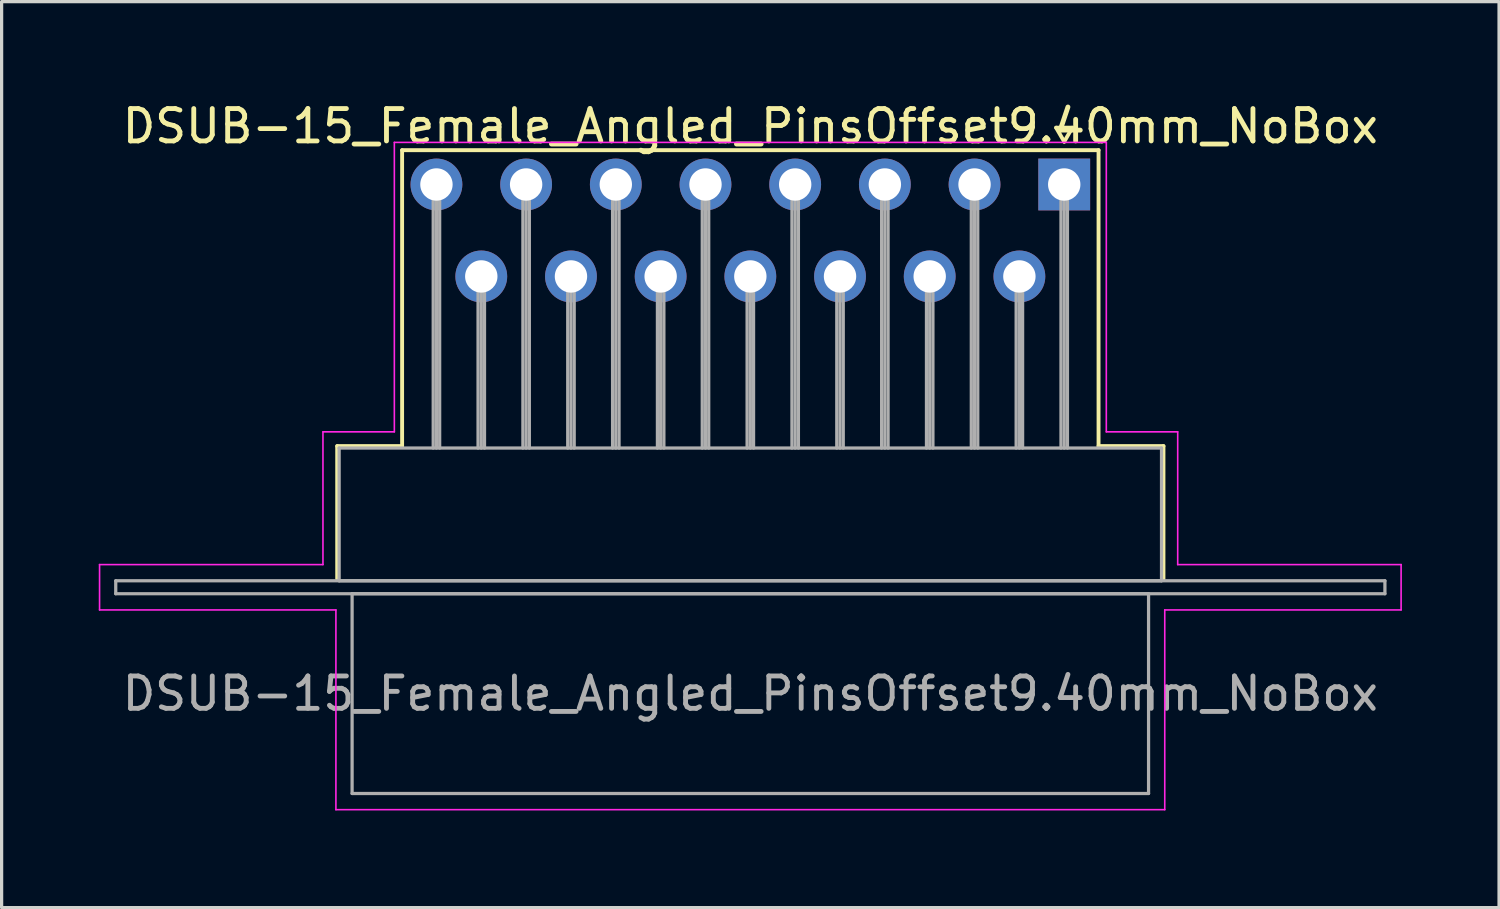
<source format=kicad_pcb>
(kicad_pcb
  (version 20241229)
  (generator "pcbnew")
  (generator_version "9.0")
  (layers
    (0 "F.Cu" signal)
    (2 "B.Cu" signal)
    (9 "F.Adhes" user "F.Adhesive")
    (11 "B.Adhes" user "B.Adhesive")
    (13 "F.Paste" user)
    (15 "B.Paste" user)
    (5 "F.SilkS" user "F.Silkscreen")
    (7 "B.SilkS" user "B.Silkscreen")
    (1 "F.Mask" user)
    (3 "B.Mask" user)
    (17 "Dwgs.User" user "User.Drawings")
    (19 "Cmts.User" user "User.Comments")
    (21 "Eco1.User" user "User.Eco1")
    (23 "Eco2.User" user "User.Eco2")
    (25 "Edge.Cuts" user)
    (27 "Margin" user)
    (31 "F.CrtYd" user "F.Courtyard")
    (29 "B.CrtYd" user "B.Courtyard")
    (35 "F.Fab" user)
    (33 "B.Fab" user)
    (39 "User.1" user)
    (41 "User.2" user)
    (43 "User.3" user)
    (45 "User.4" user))
  (footprint "DSUB-15_Female_Angled_PinsOffset9.40mm_NoBox"
    (layer "F.Cu")
    (at 29.82 2.648)
    (property "Reference" "DSUB-15_Female_Angled_PinsOffset9.40mm_NoBox" (at -9.695 -1.8 0) (layer "F.SilkS") (effects (font (size 1 1) (thickness 0.15))))
    (attr through_hole)
    (fp_line (start -22.455 8.08) (end -20.45 8.08) (stroke (width 0.12) (type solid)) (layer "F.SilkS"))
    (fp_line (start -22.455 12.18) (end -22.455 8.08) (stroke (width 0.12) (type solid)) (layer "F.SilkS"))
    (fp_line (start -20.45 -1.06) (end 1.06 -1.06) (stroke (width 0.12) (type solid)) (layer "F.SilkS"))
    (fp_line (start -20.45 8.08) (end -20.45 -1.06) (stroke (width 0.12) (type solid)) (layer "F.SilkS"))
    (fp_line (start -0.25 -1.754) (end 0.25 -1.754) (stroke (width 0.12) (type solid)) (layer "F.SilkS"))
    (fp_line (start 0 -1.321) (end -0.25 -1.754) (stroke (width 0.12) (type solid)) (layer "F.SilkS"))
    (fp_line (start 0.25 -1.754) (end 0 -1.321) (stroke (width 0.12) (type solid)) (layer "F.SilkS"))
    (fp_line (start 1.06 -1.06) (end 1.06 8.08) (stroke (width 0.12) (type solid)) (layer "F.SilkS"))
    (fp_line (start 1.06 8.08) (end 3.065 8.08) (stroke (width 0.12) (type solid)) (layer "F.SilkS"))
    (fp_line (start 3.065 8.08) (end 3.065 12.18) (stroke (width 0.12) (type solid)) (layer "F.SilkS"))
    (fp_line (start -29.795 11.74) (end -22.895 11.74) (stroke (width 0.05) (type solid)) (layer "F.CrtYd"))
    (fp_line (start -29.795 13.14) (end -29.795 11.74) (stroke (width 0.05) (type solid)) (layer "F.CrtYd"))
    (fp_line (start -22.895 7.64) (end -20.69 7.64) (stroke (width 0.05) (type solid)) (layer "F.CrtYd"))
    (fp_line (start -22.895 11.74) (end -22.895 7.64) (stroke (width 0.05) (type solid)) (layer "F.CrtYd"))
    (fp_line (start -22.495 13.14) (end -29.795 13.14) (stroke (width 0.05) (type solid)) (layer "F.CrtYd"))
    (fp_line (start -22.495 19.31) (end -22.495 13.14) (stroke (width 0.05) (type solid)) (layer "F.CrtYd"))
    (fp_line (start -20.69 -1.3) (end 1.3 -1.3) (stroke (width 0.05) (type solid)) (layer "F.CrtYd"))
    (fp_line (start -20.69 7.64) (end -20.69 -1.3) (stroke (width 0.05) (type solid)) (layer "F.CrtYd"))
    (fp_line (start 1.3 -1.3) (end 1.3 7.64) (stroke (width 0.05) (type solid)) (layer "F.CrtYd"))
    (fp_line (start 1.3 7.64) (end 3.505 7.64) (stroke (width 0.05) (type solid)) (layer "F.CrtYd"))
    (fp_line (start 3.105 13.14) (end 3.105 19.31) (stroke (width 0.05) (type solid)) (layer "F.CrtYd"))
    (fp_line (start 3.105 19.31) (end -22.495 19.31) (stroke (width 0.05) (type solid)) (layer "F.CrtYd"))
    (fp_line (start 3.505 7.64) (end 3.505 11.74) (stroke (width 0.05) (type solid)) (layer "F.CrtYd"))
    (fp_line (start 3.505 11.74) (end 10.405 11.74) (stroke (width 0.05) (type solid)) (layer "F.CrtYd"))
    (fp_line (start 10.405 11.74) (end 10.405 13.14) (stroke (width 0.05) (type solid)) (layer "F.CrtYd"))
    (fp_line (start 10.405 13.14) (end 3.105 13.14) (stroke (width 0.05) (type solid)) (layer "F.CrtYd"))
    (fp_line (start -29.295 12.24) (end -29.295 12.64) (stroke (width 0.1) (type solid)) (layer "F.Fab"))
    (fp_line (start -29.295 12.64) (end 9.905 12.64) (stroke (width 0.1) (type solid)) (layer "F.Fab"))
    (fp_line (start -22.395 8.14) (end -22.395 12.24) (stroke (width 0.1) (type solid)) (layer "F.Fab"))
    (fp_line (start -22.395 12.24) (end 3.005 12.24) (stroke (width 0.1) (type solid)) (layer "F.Fab"))
    (fp_line (start -21.995 12.64) (end -21.995 18.81) (stroke (width 0.1) (type solid)) (layer "F.Fab"))
    (fp_line (start -21.995 18.81) (end 2.605 18.81) (stroke (width 0.1) (type solid)) (layer "F.Fab"))
    (fp_line (start -19.49 0) (end -19.49 8.14) (stroke (width 0.1) (type solid)) (layer "F.Fab"))
    (fp_line (start -19.39 0) (end -19.39 8.14) (stroke (width 0.1) (type solid)) (layer "F.Fab"))
    (fp_line (start -19.29 0) (end -19.29 8.14) (stroke (width 0.1) (type solid)) (layer "F.Fab"))
    (fp_line (start -18.105 2.84) (end -18.105 8.14) (stroke (width 0.1) (type solid)) (layer "F.Fab"))
    (fp_line (start -18.005 2.84) (end -18.005 8.14) (stroke (width 0.1) (type solid)) (layer "F.Fab"))
    (fp_line (start -17.905 2.84) (end -17.905 8.14) (stroke (width 0.1) (type solid)) (layer "F.Fab"))
    (fp_line (start -16.72 0) (end -16.72 8.14) (stroke (width 0.1) (type solid)) (layer "F.Fab"))
    (fp_line (start -16.62 0) (end -16.62 8.14) (stroke (width 0.1) (type solid)) (layer "F.Fab"))
    (fp_line (start -16.52 0) (end -16.52 8.14) (stroke (width 0.1) (type solid)) (layer "F.Fab"))
    (fp_line (start -15.335 2.84) (end -15.335 8.14) (stroke (width 0.1) (type solid)) (layer "F.Fab"))
    (fp_line (start -15.235 2.84) (end -15.235 8.14) (stroke (width 0.1) (type solid)) (layer "F.Fab"))
    (fp_line (start -15.135 2.84) (end -15.135 8.14) (stroke (width 0.1) (type solid)) (layer "F.Fab"))
    (fp_line (start -13.95 0) (end -13.95 8.14) (stroke (width 0.1) (type solid)) (layer "F.Fab"))
    (fp_line (start -13.85 0) (end -13.85 8.14) (stroke (width 0.1) (type solid)) (layer "F.Fab"))
    (fp_line (start -13.75 0) (end -13.75 8.14) (stroke (width 0.1) (type solid)) (layer "F.Fab"))
    (fp_line (start -12.565 2.84) (end -12.565 8.14) (stroke (width 0.1) (type solid)) (layer "F.Fab"))
    (fp_line (start -12.465 2.84) (end -12.465 8.14) (stroke (width 0.1) (type solid)) (layer "F.Fab"))
    (fp_line (start -12.365 2.84) (end -12.365 8.14) (stroke (width 0.1) (type solid)) (layer "F.Fab"))
    (fp_line (start -11.18 0) (end -11.18 8.14) (stroke (width 0.1) (type solid)) (layer "F.Fab"))
    (fp_line (start -11.08 0) (end -11.08 8.14) (stroke (width 0.1) (type solid)) (layer "F.Fab"))
    (fp_line (start -10.98 0) (end -10.98 8.14) (stroke (width 0.1) (type solid)) (layer "F.Fab"))
    (fp_line (start -9.795 2.84) (end -9.795 8.14) (stroke (width 0.1) (type solid)) (layer "F.Fab"))
    (fp_line (start -9.695 2.84) (end -9.695 8.14) (stroke (width 0.1) (type solid)) (layer "F.Fab"))
    (fp_line (start -9.595 2.84) (end -9.595 8.14) (stroke (width 0.1) (type solid)) (layer "F.Fab"))
    (fp_line (start -8.41 0) (end -8.41 8.14) (stroke (width 0.1) (type solid)) (layer "F.Fab"))
    (fp_line (start -8.31 0) (end -8.31 8.14) (stroke (width 0.1) (type solid)) (layer "F.Fab"))
    (fp_line (start -8.21 0) (end -8.21 8.14) (stroke (width 0.1) (type solid)) (layer "F.Fab"))
    (fp_line (start -7.025 2.84) (end -7.025 8.14) (stroke (width 0.1) (type solid)) (layer "F.Fab"))
    (fp_line (start -6.925 2.84) (end -6.925 8.14) (stroke (width 0.1) (type solid)) (layer "F.Fab"))
    (fp_line (start -6.825 2.84) (end -6.825 8.14) (stroke (width 0.1) (type solid)) (layer "F.Fab"))
    (fp_line (start -5.64 0) (end -5.64 8.14) (stroke (width 0.1) (type solid)) (layer "F.Fab"))
    (fp_line (start -5.54 0) (end -5.54 8.14) (stroke (width 0.1) (type solid)) (layer "F.Fab"))
    (fp_line (start -5.44 0) (end -5.44 8.14) (stroke (width 0.1) (type solid)) (layer "F.Fab"))
    (fp_line (start -4.255 2.84) (end -4.255 8.14) (stroke (width 0.1) (type solid)) (layer "F.Fab"))
    (fp_line (start -4.155 2.84) (end -4.155 8.14) (stroke (width 0.1) (type solid)) (layer "F.Fab"))
    (fp_line (start -4.055 2.84) (end -4.055 8.14) (stroke (width 0.1) (type solid)) (layer "F.Fab"))
    (fp_line (start -2.87 0) (end -2.87 8.14) (stroke (width 0.1) (type solid)) (layer "F.Fab"))
    (fp_line (start -2.77 0) (end -2.77 8.14) (stroke (width 0.1) (type solid)) (layer "F.Fab"))
    (fp_line (start -2.67 0) (end -2.67 8.14) (stroke (width 0.1) (type solid)) (layer "F.Fab"))
    (fp_line (start -1.485 2.84) (end -1.485 8.14) (stroke (width 0.1) (type solid)) (layer "F.Fab"))
    (fp_line (start -1.385 2.84) (end -1.385 8.14) (stroke (width 0.1) (type solid)) (layer "F.Fab"))
    (fp_line (start -1.285 2.84) (end -1.285 8.14) (stroke (width 0.1) (type solid)) (layer "F.Fab"))
    (fp_line (start -0.1 0) (end -0.1 8.14) (stroke (width 0.1) (type solid)) (layer "F.Fab"))
    (fp_line (start 0 0) (end 0 8.14) (stroke (width 0.1) (type solid)) (layer "F.Fab"))
    (fp_line (start 0.1 0) (end 0.1 8.14) (stroke (width 0.1) (type solid)) (layer "F.Fab"))
    (fp_line (start 2.605 12.64) (end -21.995 12.64) (stroke (width 0.1) (type solid)) (layer "F.Fab"))
    (fp_line (start 2.605 18.81) (end 2.605 12.64) (stroke (width 0.1) (type solid)) (layer "F.Fab"))
    (fp_line (start 3.005 8.14) (end -22.395 8.14) (stroke (width 0.1) (type solid)) (layer "F.Fab"))
    (fp_line (start 3.005 12.24) (end 3.005 8.14) (stroke (width 0.1) (type solid)) (layer "F.Fab"))
    (fp_line (start 9.905 12.24) (end -29.295 12.24) (stroke (width 0.1) (type solid)) (layer "F.Fab"))
    (fp_line (start 9.905 12.64) (end 9.905 12.24) (stroke (width 0.1) (type solid)) (layer "F.Fab"))
    (fp_text user "${REFERENCE}" (at -9.695 15.725 0) (layer "F.Fab") (effects (font (size 1 1) (thickness 0.15))))
    (pad "1" thru_hole rect (at 0 0) (size 1.6 1.6) (drill 1) (layers "*.Cu" "*.Mask"))
    (pad "2" thru_hole circle (at -2.77 0) (size 1.6 1.6) (drill 1) (layers "*.Cu" "*.Mask"))
    (pad "3" thru_hole circle (at -5.54 0) (size 1.6 1.6) (drill 1) (layers "*.Cu" "*.Mask"))
    (pad "4" thru_hole circle (at -8.31 0) (size 1.6 1.6) (drill 1) (layers "*.Cu" "*.Mask"))
    (pad "5" thru_hole circle (at -11.08 0) (size 1.6 1.6) (drill 1) (layers "*.Cu" "*.Mask"))
    (pad "6" thru_hole circle (at -13.85 0) (size 1.6 1.6) (drill 1) (layers "*.Cu" "*.Mask"))
    (pad "7" thru_hole circle (at -16.62 0) (size 1.6 1.6) (drill 1) (layers "*.Cu" "*.Mask"))
    (pad "8" thru_hole circle (at -19.39 0) (size 1.6 1.6) (drill 1) (layers "*.Cu" "*.Mask"))
    (pad "9" thru_hole circle (at -1.385 2.84) (size 1.6 1.6) (drill 1) (layers "*.Cu" "*.Mask"))
    (pad "10" thru_hole circle (at -4.155 2.84) (size 1.6 1.6) (drill 1) (layers "*.Cu" "*.Mask"))
    (pad "11" thru_hole circle (at -6.925 2.84) (size 1.6 1.6) (drill 1) (layers "*.Cu" "*.Mask"))
    (pad "12" thru_hole circle (at -9.695 2.84) (size 1.6 1.6) (drill 1) (layers "*.Cu" "*.Mask"))
    (pad "13" thru_hole circle (at -12.465 2.84) (size 1.6 1.6) (drill 1) (layers "*.Cu" "*.Mask"))
    (pad "14" thru_hole circle (at -15.235 2.84) (size 1.6 1.6) (drill 1) (layers "*.Cu" "*.Mask"))
    (pad "15" thru_hole circle (at -18.005 2.84) (size 1.6 1.6) (drill 1) (layers "*.Cu" "*.Mask")))
  (gr_rect
    (start -3 -3)
    (end 43.25 24.983)
    (stroke (width 0.1) (type default))
    (fill no)
    (layer "Edge.Cuts")))
</source>
